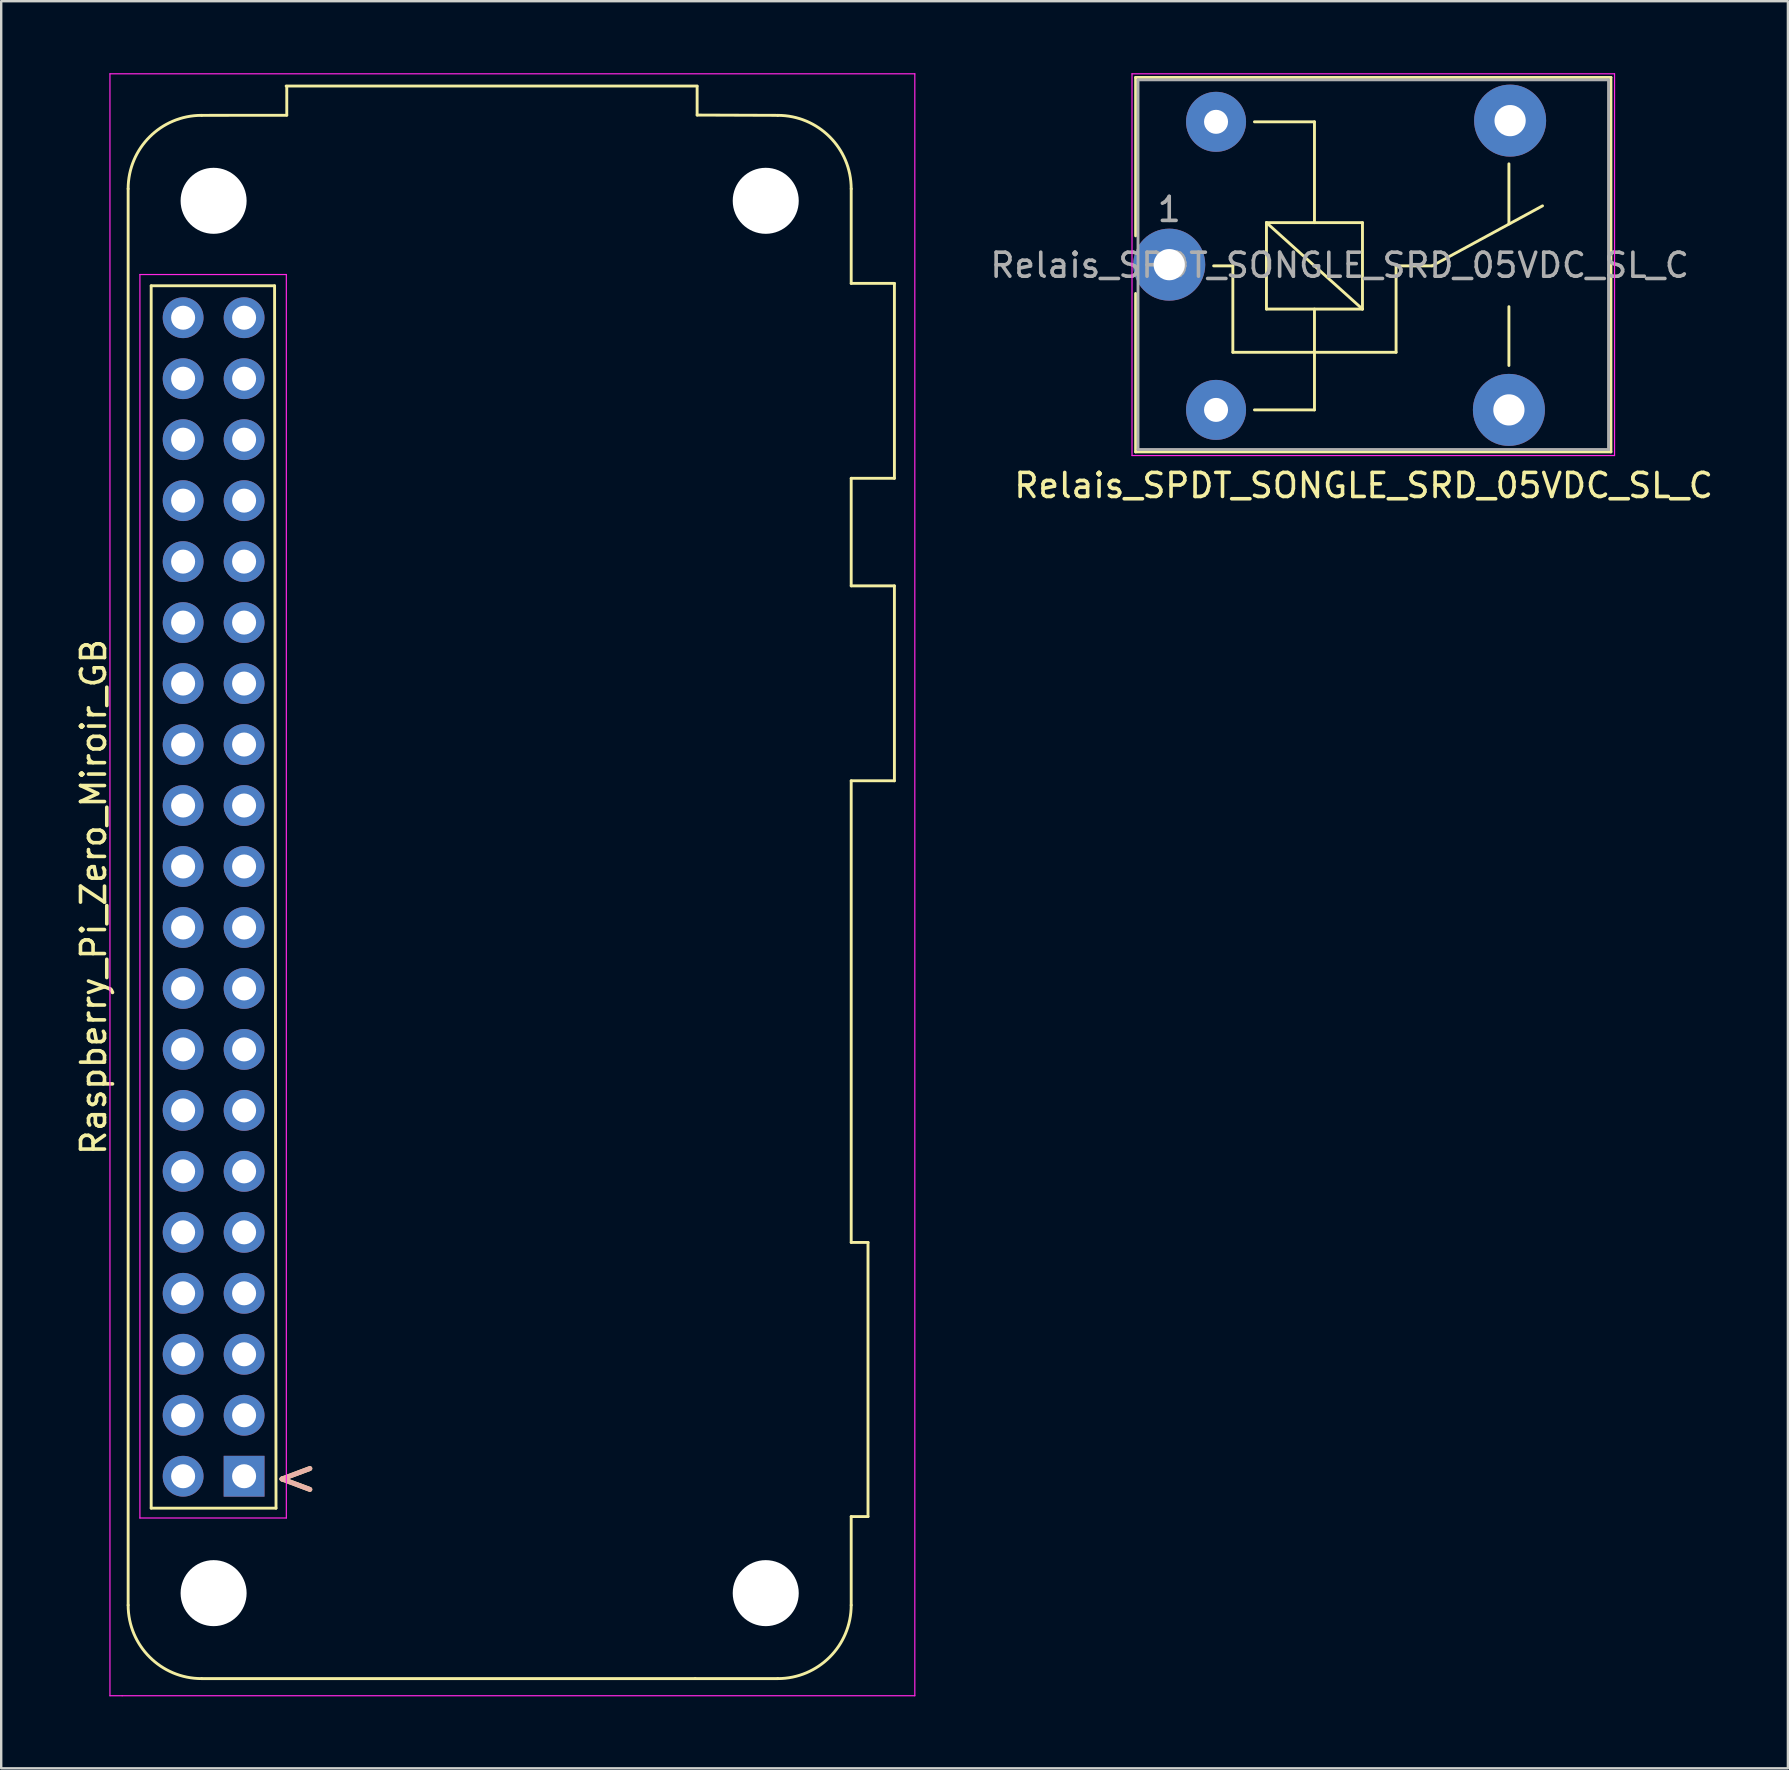
<source format=kicad_pcb>
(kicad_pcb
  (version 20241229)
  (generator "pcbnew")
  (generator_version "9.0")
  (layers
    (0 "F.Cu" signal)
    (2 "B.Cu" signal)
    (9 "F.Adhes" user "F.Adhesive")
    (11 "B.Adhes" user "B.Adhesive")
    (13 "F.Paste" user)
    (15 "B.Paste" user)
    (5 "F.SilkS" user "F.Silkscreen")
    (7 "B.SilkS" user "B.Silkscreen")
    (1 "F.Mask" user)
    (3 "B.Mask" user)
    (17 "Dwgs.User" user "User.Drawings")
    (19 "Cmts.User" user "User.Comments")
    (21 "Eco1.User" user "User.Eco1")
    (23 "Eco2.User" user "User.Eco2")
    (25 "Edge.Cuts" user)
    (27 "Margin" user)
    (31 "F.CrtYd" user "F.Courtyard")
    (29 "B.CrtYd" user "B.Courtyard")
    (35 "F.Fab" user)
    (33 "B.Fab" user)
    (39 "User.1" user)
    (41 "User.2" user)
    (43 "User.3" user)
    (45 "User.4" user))
  (footprint "Raspberry_Pi_Zero_Miroir_GB"
    (layer "F.Cu")
    (at 7.118 10.185)
    (property "Reference" "Raspberry_Pi_Zero_Miroir_GB" (at -6.27 24.13 90) (layer "F.SilkS") (effects (font (size 1 1) (thickness 0.15))))
    (attr through_hole)
    (fp_line (start -4.83 53.63) (end -4.83 -5.37) (stroke (width 0.12) (type solid)) (layer "F.SilkS"))
    (fp_line (start -3.87 -1.33) (end -3.87 49.59) (stroke (width 0.12) (type solid)) (layer "F.SilkS"))
    (fp_line (start -3.87 -1.33) (end 1.27 -1.33) (stroke (width 0.12) (type solid)) (layer "F.SilkS"))
    (fp_line (start -3.87 49.59) (end 1.33 49.59) (stroke (width 0.12) (type solid)) (layer "F.SilkS"))
    (fp_line (start -1.77 -8.43) (end 1.778 -8.433) (stroke (width 0.12) (type solid)) (layer "F.SilkS"))
    (fp_line (start 1.27 -1.33) (end 1.33 49.59) (stroke (width 0.12) (type solid)) (layer "F.SilkS"))
    (fp_line (start 1.752 -9.652) (end 18.872 -9.652) (stroke (width 0.12) (type solid)) (layer "F.SilkS"))
    (fp_line (start 1.778 -9.642) (end 1.778 -8.442) (stroke (width 0.12) (type solid)) (layer "F.SilkS"))
    (fp_line (start 18.79 56.69) (end -1.77 56.69) (stroke (width 0.12) (type solid)) (layer "F.SilkS"))
    (fp_line (start 18.79 56.69) (end 22.23 56.69) (stroke (width 0.12) (type solid)) (layer "F.SilkS"))
    (fp_line (start 18.872 -8.442) (end 18.872 -9.642) (stroke (width 0.12) (type solid)) (layer "F.SilkS"))
    (fp_line (start 18.872 -8.442) (end 22.23 -8.43) (stroke (width 0.12) (type solid)) (layer "F.SilkS"))
    (fp_line (start 25.29 -1.43) (end 25.29 -5.37) (stroke (width 0.12) (type solid)) (layer "F.SilkS"))
    (fp_line (start 25.29 -1.43) (end 27.09 -1.43) (stroke (width 0.12) (type solid)) (layer "F.SilkS"))
    (fp_line (start 25.29 11.17) (end 25.29 6.69) (stroke (width 0.12) (type solid)) (layer "F.SilkS"))
    (fp_line (start 25.29 11.17) (end 27.09 11.17) (stroke (width 0.12) (type solid)) (layer "F.SilkS"))
    (fp_line (start 25.29 38.52) (end 25.29 19.29) (stroke (width 0.12) (type solid)) (layer "F.SilkS"))
    (fp_line (start 25.29 38.52) (end 25.99 38.52) (stroke (width 0.12) (type solid)) (layer "F.SilkS"))
    (fp_line (start 25.29 53.63) (end 25.29 49.94) (stroke (width 0.12) (type solid)) (layer "F.SilkS"))
    (fp_line (start 25.99 38.52) (end 25.99 49.94) (stroke (width 0.12) (type solid)) (layer "F.SilkS"))
    (fp_line (start 25.99 49.94) (end 25.29 49.94) (stroke (width 0.12) (type solid)) (layer "F.SilkS"))
    (fp_line (start 27.09 6.69) (end 25.29 6.69) (stroke (width 0.12) (type solid)) (layer "F.SilkS"))
    (fp_line (start 27.09 6.69) (end 27.09 -1.43) (stroke (width 0.12) (type solid)) (layer "F.SilkS"))
    (fp_line (start 27.09 19.29) (end 25.29 19.29) (stroke (width 0.12) (type solid)) (layer "F.SilkS"))
    (fp_line (start 27.09 19.29) (end 27.09 11.17) (stroke (width 0.12) (type solid)) (layer "F.SilkS"))
    (fp_arc (start -4.83 -5.37) (mid -3.933747 -7.533747) (end -1.77 -8.43) (stroke (width 0.12) (type solid)) (layer "F.SilkS"))
    (fp_arc (start -1.77 56.69) (mid -3.933747 55.793747) (end -4.83 53.63) (stroke (width 0.12) (type solid)) (layer "F.SilkS"))
    (fp_arc (start 22.23 -8.43) (mid 24.393747 -7.533747) (end 25.29 -5.37) (stroke (width 0.12) (type solid)) (layer "F.SilkS"))
    (fp_arc (start 25.29 53.63) (mid 24.393747 55.793747) (end 22.23 56.69) (stroke (width 0.12) (type solid)) (layer "F.SilkS"))
    (fp_line (start -5.588 -10.16) (end -5.588 57.404) (stroke (width 0.05) (type solid)) (layer "F.CrtYd"))
    (fp_line (start -5.588 57.404) (end -5.08 57.404) (stroke (width 0.05) (type solid)) (layer "F.CrtYd"))
    (fp_line (start -5.08 57.404) (end 27.94 57.404) (stroke (width 0.05) (type solid)) (layer "F.CrtYd"))
    (fp_line (start -4.34 -1.8) (end 1.76 -1.8) (stroke (width 0.05) (type solid)) (layer "F.CrtYd"))
    (fp_line (start -4.34 50) (end -4.34 -1.8) (stroke (width 0.05) (type solid)) (layer "F.CrtYd"))
    (fp_line (start 1.76 -1.8) (end 1.76 50) (stroke (width 0.05) (type solid)) (layer "F.CrtYd"))
    (fp_line (start 1.76 50) (end -4.34 50) (stroke (width 0.05) (type solid)) (layer "F.CrtYd"))
    (fp_line (start 27.94 -10.16) (end -5.588 -10.16) (stroke (width 0.05) (type solid)) (layer "F.CrtYd"))
    (fp_line (start 27.94 57.404) (end 27.94 -10.16) (stroke (width 0.05) (type solid)) (layer "F.CrtYd"))
    (fp_text user "<" (at 2.159 48.26 0) (unlocked yes) (layer "F.SilkS") (effects (font (size 1.524 1.524) (thickness 0.203))))
    (fp_text user "<" (at 2.159 48.26 0) (unlocked yes) (layer "B.SilkS") (effects (font (size 1.524 1.524) (thickness 0.203))))
    (pad "" np_thru_hole circle (at -1.27 -4.87 90) (size 2.75 2.75) (drill 2.75) (layers "*.Cu" "*.Mask"))
    (pad "" np_thru_hole circle (at -1.27 53.13 90) (size 2.75 2.75) (drill 2.75) (layers "*.Cu" "*.Mask"))
    (pad "" np_thru_hole circle (at 21.73 -4.87 90) (size 2.75 2.75) (drill 2.75) (layers "*.Cu" "*.Mask"))
    (pad "" np_thru_hole circle (at 21.73 53.13 90) (size 2.75 2.75) (drill 2.75) (layers "*.Cu" "*.Mask"))
    (pad "1" thru_hole rect (at 0 48.26) (size 1.7 1.7) (drill 1) (layers "*.Cu" "*.Mask"))
    (pad "2" thru_hole oval (at -2.54 48.26) (size 1.7 1.7) (drill 1) (layers "*.Cu" "*.Mask"))
    (pad "3" thru_hole oval (at 0 45.72) (size 1.7 1.7) (drill 1) (layers "*.Cu" "*.Mask"))
    (pad "4" thru_hole oval (at -2.54 45.72) (size 1.7 1.7) (drill 1) (layers "*.Cu" "*.Mask"))
    (pad "5" thru_hole oval (at 0 43.18) (size 1.7 1.7) (drill 1) (layers "*.Cu" "*.Mask"))
    (pad "6" thru_hole oval (at -2.54 43.18) (size 1.7 1.7) (drill 1) (layers "*.Cu" "*.Mask"))
    (pad "7" thru_hole oval (at 0 40.64) (size 1.7 1.7) (drill 1) (layers "*.Cu" "*.Mask"))
    (pad "8" thru_hole oval (at -2.54 40.64) (size 1.7 1.7) (drill 1) (layers "*.Cu" "*.Mask"))
    (pad "9" thru_hole oval (at 0 38.1) (size 1.7 1.7) (drill 1) (layers "*.Cu" "*.Mask"))
    (pad "10" thru_hole oval (at -2.54 38.1) (size 1.7 1.7) (drill 1) (layers "*.Cu" "*.Mask"))
    (pad "11" thru_hole oval (at 0 35.56) (size 1.7 1.7) (drill 1) (layers "*.Cu" "*.Mask"))
    (pad "12" thru_hole oval (at -2.54 35.56) (size 1.7 1.7) (drill 1) (layers "*.Cu" "*.Mask"))
    (pad "13" thru_hole oval (at 0 33.02) (size 1.7 1.7) (drill 1) (layers "*.Cu" "*.Mask"))
    (pad "14" thru_hole oval (at -2.54 33.02) (size 1.7 1.7) (drill 1) (layers "*.Cu" "*.Mask"))
    (pad "15" thru_hole oval (at 0 30.48) (size 1.7 1.7) (drill 1) (layers "*.Cu" "*.Mask"))
    (pad "16" thru_hole oval (at -2.54 30.48) (size 1.7 1.7) (drill 1) (layers "*.Cu" "*.Mask"))
    (pad "17" thru_hole oval (at 0 27.94) (size 1.7 1.7) (drill 1) (layers "*.Cu" "*.Mask"))
    (pad "18" thru_hole oval (at -2.54 27.94) (size 1.7 1.7) (drill 1) (layers "*.Cu" "*.Mask"))
    (pad "19" thru_hole oval (at 0 25.4) (size 1.7 1.7) (drill 1) (layers "*.Cu" "*.Mask"))
    (pad "20" thru_hole oval (at -2.54 25.4) (size 1.7 1.7) (drill 1) (layers "*.Cu" "*.Mask"))
    (pad "21" thru_hole oval (at 0 22.86) (size 1.7 1.7) (drill 1) (layers "*.Cu" "*.Mask"))
    (pad "22" thru_hole oval (at -2.54 22.86) (size 1.7 1.7) (drill 1) (layers "*.Cu" "*.Mask"))
    (pad "23" thru_hole oval (at 0 20.32) (size 1.7 1.7) (drill 1) (layers "*.Cu" "*.Mask"))
    (pad "24" thru_hole oval (at -2.54 20.32) (size 1.7 1.7) (drill 1) (layers "*.Cu" "*.Mask"))
    (pad "25" thru_hole oval (at 0 17.78) (size 1.7 1.7) (drill 1) (layers "*.Cu" "*.Mask"))
    (pad "26" thru_hole oval (at -2.54 17.78) (size 1.7 1.7) (drill 1) (layers "*.Cu" "*.Mask"))
    (pad "27" thru_hole oval (at 0 15.24) (size 1.7 1.7) (drill 1) (layers "*.Cu" "*.Mask"))
    (pad "28" thru_hole oval (at -2.54 15.24) (size 1.7 1.7) (drill 1) (layers "*.Cu" "*.Mask"))
    (pad "29" thru_hole oval (at 0 12.7) (size 1.7 1.7) (drill 1) (layers "*.Cu" "*.Mask"))
    (pad "30" thru_hole oval (at -2.54 12.7) (size 1.7 1.7) (drill 1) (layers "*.Cu" "*.Mask"))
    (pad "31" thru_hole oval (at 0 10.16) (size 1.7 1.7) (drill 1) (layers "*.Cu" "*.Mask"))
    (pad "32" thru_hole oval (at -2.54 10.16) (size 1.7 1.7) (drill 1) (layers "*.Cu" "*.Mask"))
    (pad "33" thru_hole oval (at 0 7.62) (size 1.7 1.7) (drill 1) (layers "*.Cu" "*.Mask"))
    (pad "34" thru_hole oval (at -2.54 7.62) (size 1.7 1.7) (drill 1) (layers "*.Cu" "*.Mask"))
    (pad "35" thru_hole oval (at 0 5.08) (size 1.7 1.7) (drill 1) (layers "*.Cu" "*.Mask"))
    (pad "36" thru_hole oval (at -2.54 5.08) (size 1.7 1.7) (drill 1) (layers "*.Cu" "*.Mask"))
    (pad "37" thru_hole oval (at 0 2.54) (size 1.7 1.7) (drill 1) (layers "*.Cu" "*.Mask"))
    (pad "38" thru_hole oval (at -2.54 2.54) (size 1.7 1.7) (drill 1) (layers "*.Cu" "*.Mask"))
    (pad "39" thru_hole oval (at 0 0) (size 1.7 1.7) (drill 1) (layers "*.Cu" "*.Mask"))
    (pad "40" thru_hole oval (at -2.54 0) (size 1.7 1.7) (drill 1) (layers "*.Cu" "*.Mask")))
  (footprint "Relais_SPDT_SONGLE_SRD_05VDC_SL_C"
    (layer "F.Cu")
    (at 45.656 7.975)
    (property "Reference" "Relais_SPDT_SONGLE_SRD_05VDC_SL_C" (at 8.1 9.2 0) (layer "F.SilkS") (effects (font (size 1 1) (thickness 0.15))))
    (attr through_hole)
    (fp_line (start -1.4 -7.8) (end -1.4 -1.2) (stroke (width 0.12) (type solid)) (layer "F.SilkS"))
    (fp_line (start -1.4 -7.8) (end 18.4 -7.8) (stroke (width 0.12) (type solid)) (layer "F.SilkS"))
    (fp_line (start -1.4 1.2) (end -1.4 7.8) (stroke (width 0.12) (type solid)) (layer "F.SilkS"))
    (fp_line (start 2.65 0.05) (end 1.85 0.05) (stroke (width 0.12) (type solid)) (layer "F.SilkS"))
    (fp_line (start 2.65 0.05) (end 2.65 3.65) (stroke (width 0.12) (type solid)) (layer "F.SilkS"))
    (fp_line (start 3.55 6.05) (end 6.05 6.05) (stroke (width 0.12) (type solid)) (layer "F.SilkS"))
    (fp_line (start 4.05 -1.75) (end 8.05 -1.75) (stroke (width 0.12) (type solid)) (layer "F.SilkS"))
    (fp_line (start 4.05 1.85) (end 4.05 -1.75) (stroke (width 0.12) (type solid)) (layer "F.SilkS"))
    (fp_line (start 6.05 -5.95) (end 3.55 -5.95) (stroke (width 0.12) (type solid)) (layer "F.SilkS"))
    (fp_line (start 6.05 -5.95) (end 6.05 -1.75) (stroke (width 0.12) (type solid)) (layer "F.SilkS"))
    (fp_line (start 6.05 1.85) (end 6.05 6.05) (stroke (width 0.12) (type solid)) (layer "F.SilkS"))
    (fp_line (start 8.05 -1.75) (end 8.05 1.85) (stroke (width 0.12) (type solid)) (layer "F.SilkS"))
    (fp_line (start 8.05 1.85) (end 4.05 -1.75) (stroke (width 0.12) (type solid)) (layer "F.SilkS"))
    (fp_line (start 8.05 1.85) (end 4.05 1.85) (stroke (width 0.12) (type solid)) (layer "F.SilkS"))
    (fp_line (start 9.45 0.05) (end 9.45 3.65) (stroke (width 0.12) (type solid)) (layer "F.SilkS"))
    (fp_line (start 9.45 0.05) (end 10.95 0.05) (stroke (width 0.12) (type solid)) (layer "F.SilkS"))
    (fp_line (start 9.45 3.65) (end 2.65 3.65) (stroke (width 0.12) (type solid)) (layer "F.SilkS"))
    (fp_line (start 10.95 0.05) (end 15.55 -2.45) (stroke (width 0.12) (type solid)) (layer "F.SilkS"))
    (fp_line (start 14.15 -4.2) (end 14.15 -1.7) (stroke (width 0.12) (type solid)) (layer "F.SilkS"))
    (fp_line (start 14.15 4.2) (end 14.15 1.75) (stroke (width 0.12) (type solid)) (layer "F.SilkS"))
    (fp_line (start 18.4 -7.8) (end 18.4 7.8) (stroke (width 0.12) (type solid)) (layer "F.SilkS"))
    (fp_line (start 18.4 7.8) (end -1.4 7.8) (stroke (width 0.12) (type solid)) (layer "F.SilkS"))
    (fp_line (start -1.55 7.95) (end -1.55 -7.95) (stroke (width 0.05) (type solid)) (layer "F.CrtYd"))
    (fp_line (start -1.55 7.95) (end 18.55 7.95) (stroke (width 0.05) (type solid)) (layer "F.CrtYd"))
    (fp_line (start 18.55 -7.95) (end -1.55 -7.95) (stroke (width 0.05) (type solid)) (layer "F.CrtYd"))
    (fp_line (start 18.55 -7.95) (end 18.55 7.95) (stroke (width 0.05) (type solid)) (layer "F.CrtYd"))
    (fp_line (start -1.3 -7.7) (end 18.3 -7.7) (stroke (width 0.12) (type solid)) (layer "F.Fab"))
    (fp_line (start -1.3 7.7) (end -1.3 -7.7) (stroke (width 0.12) (type solid)) (layer "F.Fab"))
    (fp_line (start 18.3 -7.7) (end 18.3 7.7) (stroke (width 0.12) (type solid)) (layer "F.Fab"))
    (fp_line (start 18.3 7.7) (end -1.3 7.7) (stroke (width 0.12) (type solid)) (layer "F.Fab"))
    (fp_text user "${REFERENCE}" (at 7.1 0.025 0) (layer "F.Fab") (effects (font (size 1 1) (thickness 0.15))))
    (fp_text user "1" (at 0 -2.3 0) (layer "F.Fab") (effects (font (size 1 1) (thickness 0.15))))
    (pad "1" thru_hole circle (at 0 0 90) (size 3 3) (drill 1.3) (layers "*.Cu" "*.Mask"))
    (pad "2" thru_hole circle (at 1.95 6.05 90) (size 2.5 2.5) (drill 1) (layers "*.Cu" "*.Mask"))
    (pad "3" thru_hole circle (at 14.15 6.05 90) (size 3 3) (drill 1.3) (layers "*.Cu" "*.Mask"))
    (pad "4" thru_hole circle (at 14.2 -6 90) (size 3 3) (drill 1.3) (layers "*.Cu" "*.Mask"))
    (pad "5" thru_hole circle (at 1.95 -5.95 90) (size 2.5 2.5) (drill 1) (layers "*.Cu" "*.Mask")))
  (gr_rect
    (start -3 -3)
    (end 71.428 70.614)
    (stroke (width 0.1) (type default))
    (fill no)
    (layer "Edge.Cuts")))
</source>
